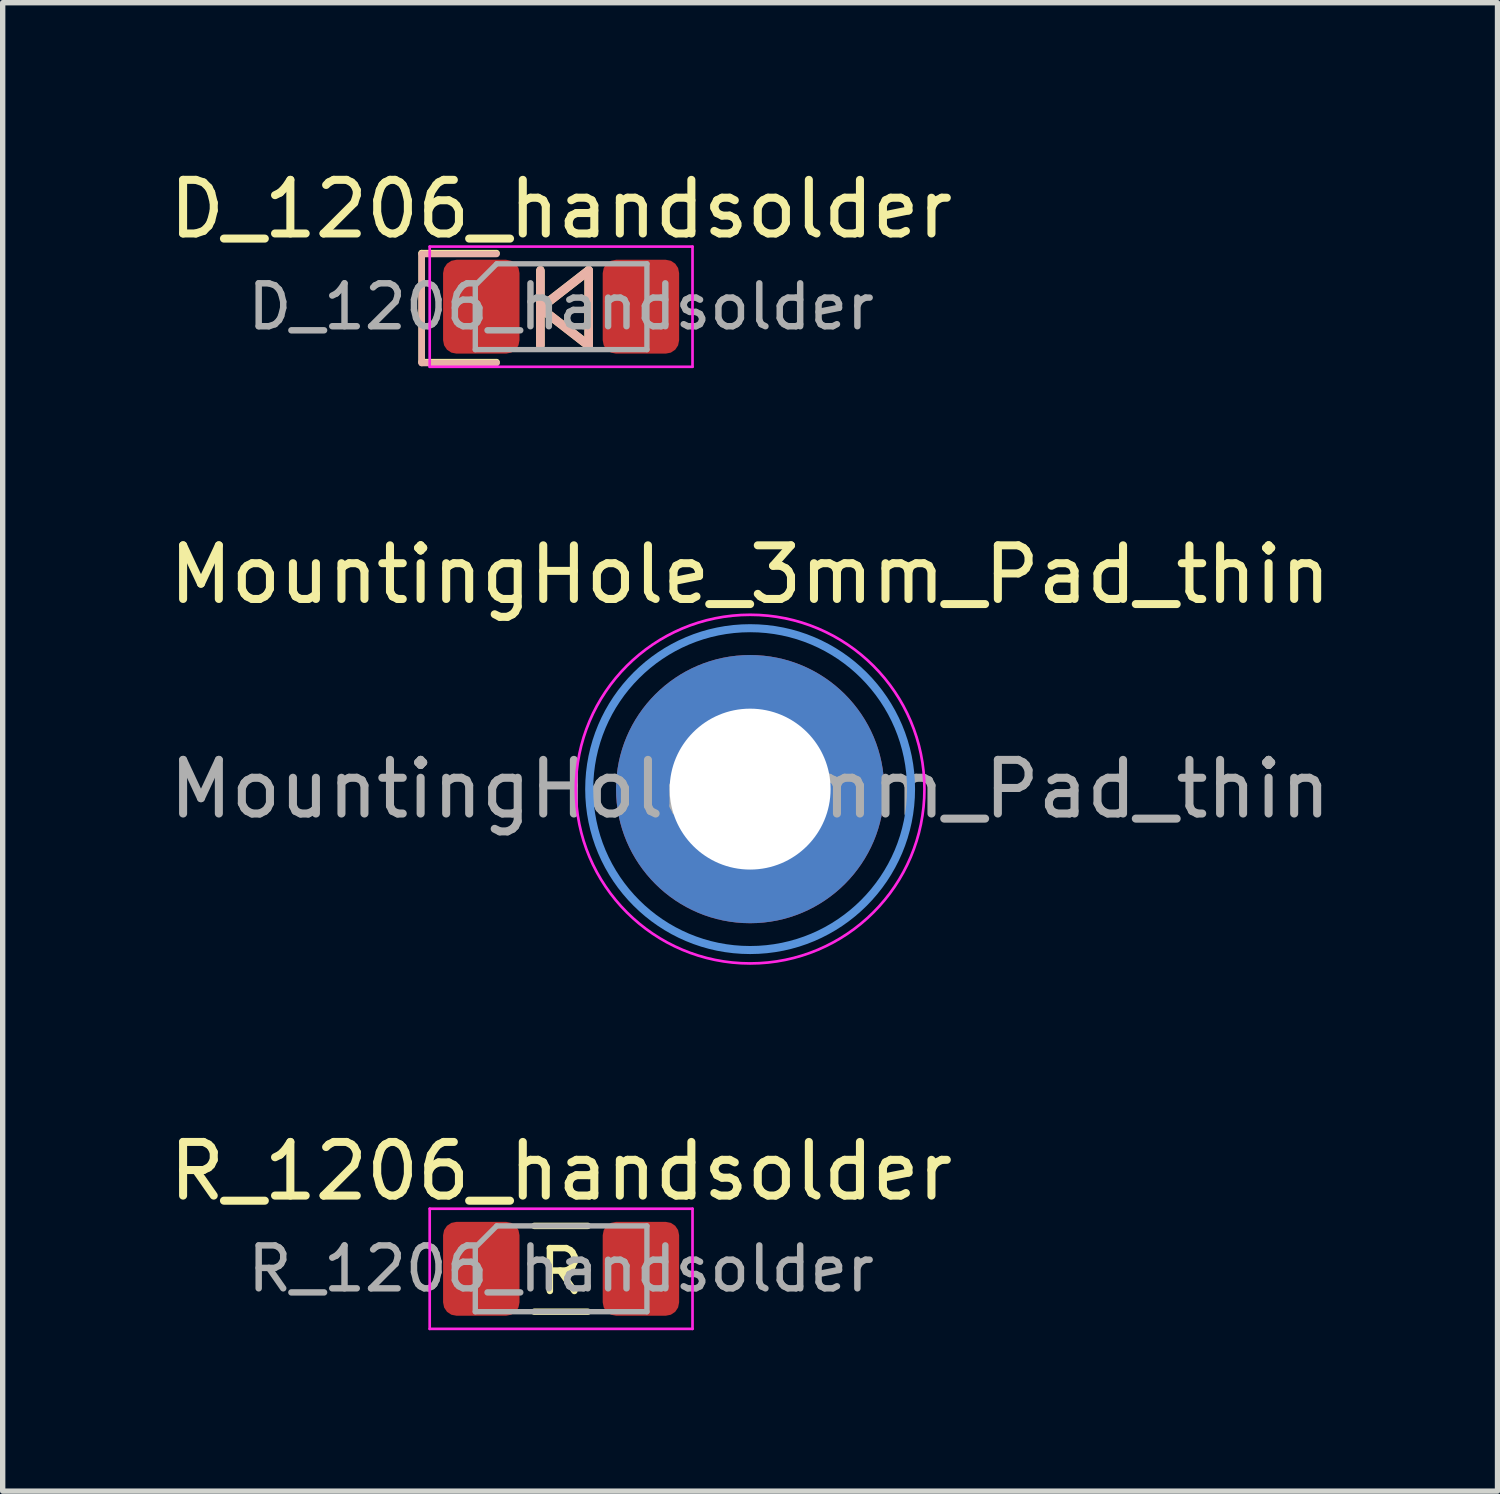
<source format=kicad_pcb>
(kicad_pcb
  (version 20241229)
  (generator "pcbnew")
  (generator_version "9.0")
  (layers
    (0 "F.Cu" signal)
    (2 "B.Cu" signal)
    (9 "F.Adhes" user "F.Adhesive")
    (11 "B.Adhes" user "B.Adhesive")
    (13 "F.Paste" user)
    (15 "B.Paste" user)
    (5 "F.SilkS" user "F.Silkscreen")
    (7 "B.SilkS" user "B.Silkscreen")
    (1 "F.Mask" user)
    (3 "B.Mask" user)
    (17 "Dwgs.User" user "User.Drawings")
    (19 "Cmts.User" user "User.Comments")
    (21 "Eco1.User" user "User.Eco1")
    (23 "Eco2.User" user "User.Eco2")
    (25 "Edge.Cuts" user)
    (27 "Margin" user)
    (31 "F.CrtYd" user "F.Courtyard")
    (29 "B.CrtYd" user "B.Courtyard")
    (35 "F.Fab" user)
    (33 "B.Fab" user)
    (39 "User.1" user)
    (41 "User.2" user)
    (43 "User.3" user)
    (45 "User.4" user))
  (footprint "R_1206_handsolder"
    (layer "F.Cu")
    (at 7.411 20.605)
    (property "Reference" "R_1206_handsolder" (at 0 -1.82 0) (layer "F.SilkS") (effects (font (size 1 1) (thickness 0.15))))
    (attr smd)
    (fp_line (start -0.5 -0.8) (end 0.5 -0.8) (stroke (width 0.12) (type solid)) (layer "F.SilkS"))
    (fp_line (start -0.5 0.8) (end 0.5 0.8) (stroke (width 0.12) (type solid)) (layer "F.SilkS"))
    (fp_line (start -2.45 -1.12) (end 2.45 -1.12) (stroke (width 0.05) (type solid)) (layer "F.CrtYd"))
    (fp_line (start -2.45 1.12) (end -2.45 -1.12) (stroke (width 0.05) (type solid)) (layer "F.CrtYd"))
    (fp_line (start 2.45 -1.12) (end 2.45 1.12) (stroke (width 0.05) (type solid)) (layer "F.CrtYd"))
    (fp_line (start 2.45 1.12) (end -2.45 1.12) (stroke (width 0.05) (type solid)) (layer "F.CrtYd"))
    (fp_line (start -1.6 -0.4) (end -1.6 0.8) (stroke (width 0.1) (type solid)) (layer "F.Fab"))
    (fp_line (start -1.6 0.8) (end 1.6 0.8) (stroke (width 0.1) (type solid)) (layer "F.Fab"))
    (fp_line (start -1.2 -0.8) (end -1.6 -0.4) (stroke (width 0.1) (type solid)) (layer "F.Fab"))
    (fp_line (start 1.6 -0.8) (end -1.2 -0.8) (stroke (width 0.1) (type solid)) (layer "F.Fab"))
    (fp_line (start 1.6 0.8) (end 1.6 -0.8) (stroke (width 0.1) (type solid)) (layer "F.Fab"))
    (fp_text user "R" (at 0 0.05 0) (unlocked yes) (layer "F.SilkS") (effects (font (size 0.8 0.8) (thickness 0.12))))
    (fp_text user "${REFERENCE}" (at 0 0 0) (layer "F.Fab") (effects (font (size 0.8 0.8) (thickness 0.12))))
    (pad "1" smd roundrect (at -1.488 0) (size 1.425 1.75) (layers "F.Cu" "F.Mask" "F.Paste") (roundrect_rratio 0.175))
    (pad "2" smd roundrect (at 1.488 0) (size 1.425 1.75) (layers "F.Cu" "F.Mask" "F.Paste") (roundrect_rratio 0.175)))
  (footprint "D_1206_handsolder"
    (layer "F.Cu")
    (at 7.411 2.668)
    (property "Reference" "D_1206_handsolder" (at 0 -1.82 0) (layer "F.SilkS") (effects (font (size 1 1) (thickness 0.15))))
    (attr smd)
    (fp_line (start -2.6 -1) (end -2.6 1.032) (stroke (width 0.12) (type solid)) (layer "F.SilkS"))
    (fp_line (start -2.6 1.032) (end -1.203 1.032) (stroke (width 0.12) (type solid)) (layer "F.SilkS"))
    (fp_line (start -1.203 -1) (end -2.6 -1) (stroke (width 0.12) (type solid)) (layer "F.SilkS"))
    (fp_line (start -0.386 -0.684) (end -0.386 0.716) (stroke (width 0.15) (type solid)) (layer "F.SilkS"))
    (fp_line (start -0.386 0.016) (end 0.514 -0.684) (stroke (width 0.15) (type solid)) (layer "F.SilkS"))
    (fp_line (start -0.386 0.034) (end 0.514 0.734) (stroke (width 0.15) (type solid)) (layer "F.SilkS"))
    (fp_line (start -0.386 0.734) (end -0.386 -0.666) (stroke (width 0.15) (type solid)) (layer "F.SilkS"))
    (fp_line (start 0.514 -0.684) (end 0.514 0.716) (stroke (width 0.15) (type solid)) (layer "F.SilkS"))
    (fp_line (start 0.514 -0.666) (end -0.386 0.034) (stroke (width 0.15) (type solid)) (layer "F.SilkS"))
    (fp_line (start 0.514 0.716) (end -0.386 0.016) (stroke (width 0.15) (type solid)) (layer "F.SilkS"))
    (fp_line (start 0.514 0.734) (end 0.514 -0.666) (stroke (width 0.15) (type solid)) (layer "F.SilkS"))
    (fp_line (start -2.6 -0.982) (end -1.203 -0.982) (stroke (width 0.12) (type solid)) (layer "B.SilkS"))
    (fp_line (start -2.6 1.05) (end -2.6 -0.982) (stroke (width 0.12) (type solid)) (layer "B.SilkS"))
    (fp_line (start -1.203 1.05) (end -2.6 1.05) (stroke (width 0.12) (type solid)) (layer "B.SilkS"))
    (fp_line (start -0.386 -0.684) (end -0.386 0.716) (stroke (width 0.15) (type solid)) (layer "B.SilkS"))
    (fp_line (start -0.386 0.016) (end 0.514 -0.684) (stroke (width 0.15) (type solid)) (layer "B.SilkS"))
    (fp_line (start -0.386 0.034) (end 0.514 0.734) (stroke (width 0.15) (type solid)) (layer "B.SilkS"))
    (fp_line (start -0.386 0.734) (end -0.386 -0.666) (stroke (width 0.15) (type solid)) (layer "B.SilkS"))
    (fp_line (start 0.514 -0.684) (end 0.514 0.716) (stroke (width 0.15) (type solid)) (layer "B.SilkS"))
    (fp_line (start 0.514 -0.666) (end -0.386 0.034) (stroke (width 0.15) (type solid)) (layer "B.SilkS"))
    (fp_line (start 0.514 0.716) (end -0.386 0.016) (stroke (width 0.15) (type solid)) (layer "B.SilkS"))
    (fp_line (start 0.514 0.734) (end 0.514 -0.666) (stroke (width 0.15) (type solid)) (layer "B.SilkS"))
    (fp_line (start -2.45 -1.12) (end 2.45 -1.12) (stroke (width 0.05) (type solid)) (layer "F.CrtYd"))
    (fp_line (start -2.45 1.12) (end -2.45 -1.12) (stroke (width 0.05) (type solid)) (layer "F.CrtYd"))
    (fp_line (start 2.45 -1.12) (end 2.45 1.12) (stroke (width 0.05) (type solid)) (layer "F.CrtYd"))
    (fp_line (start 2.45 1.12) (end -2.45 1.12) (stroke (width 0.05) (type solid)) (layer "F.CrtYd"))
    (fp_line (start -1.6 -0.4) (end -1.6 0.8) (stroke (width 0.1) (type solid)) (layer "F.Fab"))
    (fp_line (start -1.6 0.8) (end 1.6 0.8) (stroke (width 0.1) (type solid)) (layer "F.Fab"))
    (fp_line (start -1.2 -0.8) (end -1.6 -0.4) (stroke (width 0.1) (type solid)) (layer "F.Fab"))
    (fp_line (start 1.6 -0.8) (end -1.2 -0.8) (stroke (width 0.1) (type solid)) (layer "F.Fab"))
    (fp_line (start 1.6 0.8) (end 1.6 -0.8) (stroke (width 0.1) (type solid)) (layer "F.Fab"))
    (fp_text user "${REFERENCE}" (at 0 0 0) (layer "F.Fab") (effects (font (size 0.8 0.8) (thickness 0.12))))
    (pad "1" smd roundrect (at -1.488 0) (size 1.425 1.75) (layers "F.Cu" "F.Mask" "F.Paste") (roundrect_rratio 0.175))
    (pad "2" smd roundrect (at 1.488 0) (size 1.425 1.75) (layers "F.Cu" "F.Mask" "F.Paste") (roundrect_rratio 0.175)))
  (footprint "MountingHole_3mm_Pad_thin"
    (layer "F.Cu")
    (at 10.935 11.662)
    (property "Reference" "MountingHole_3mm_Pad_thin" (at 0 -4 0) (layer "F.SilkS") (effects (font (size 1 1) (thickness 0.15))))
    (attr exclude_from_pos_files exclude_from_bom)
    (fp_circle (center 0 0) (end 3 0) (stroke (width 0.15) (type solid)) (fill no) (layer "Cmts.User"))
    (fp_circle (center 0 0) (end 3.25 0) (stroke (width 0.05) (type solid)) (fill no) (layer "F.CrtYd"))
    (fp_text user "${REFERENCE}" (at 0 0 0) (layer "F.Fab") (effects (font (size 1 1) (thickness 0.15))))
    (pad "1" thru_hole circle (at 0 0) (size 5 5) (drill 3) (layers "*.Cu" "*.Mask")))
  (gr_rect
    (start -3 -3)
    (end 24.869 24.75)
    (stroke (width 0.1) (type default))
    (fill no)
    (layer "Edge.Cuts")))
</source>
